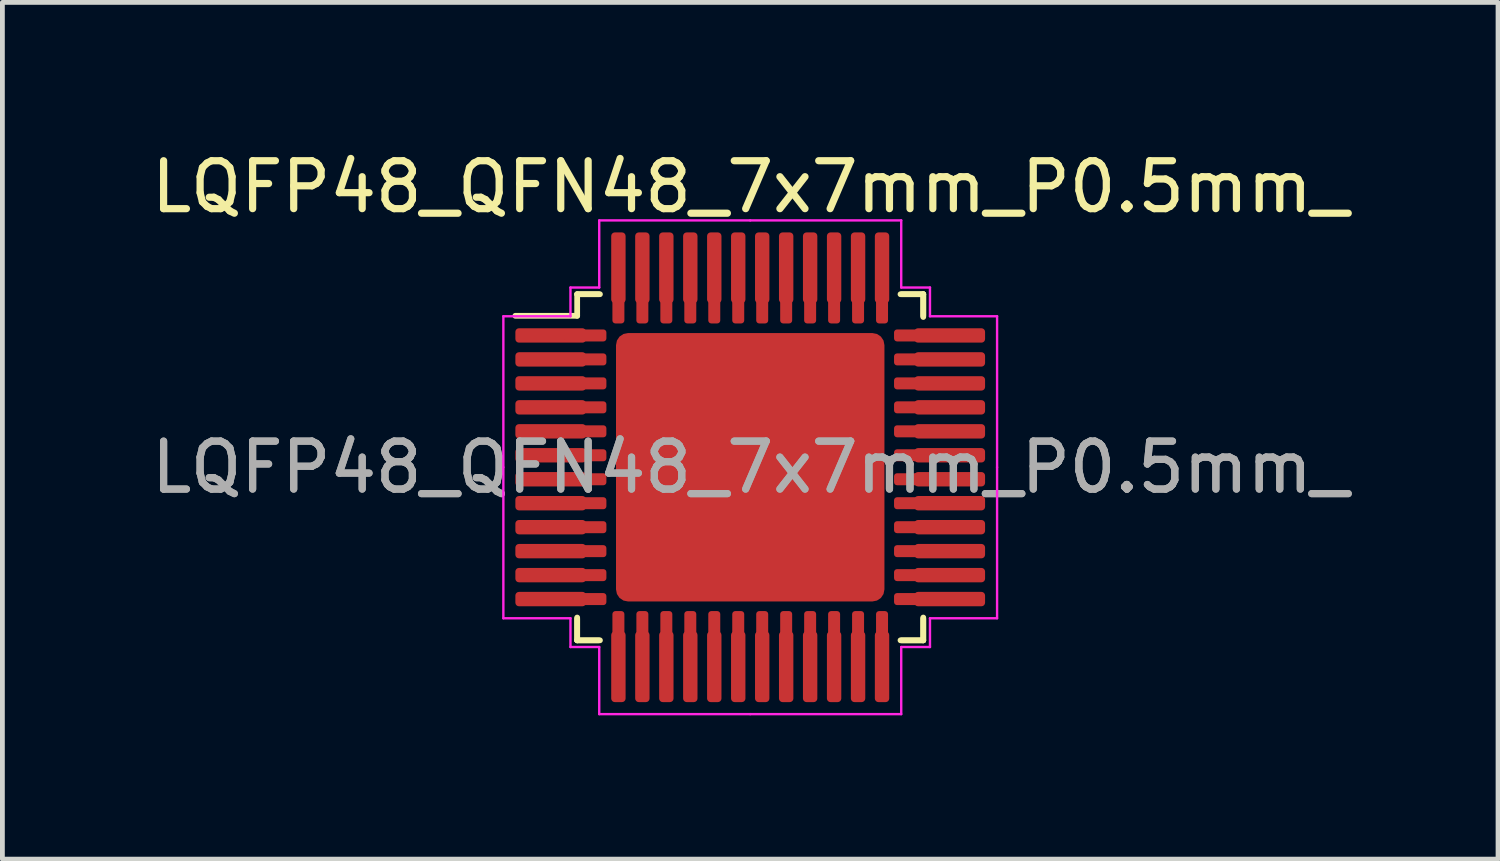
<source format=kicad_pcb>
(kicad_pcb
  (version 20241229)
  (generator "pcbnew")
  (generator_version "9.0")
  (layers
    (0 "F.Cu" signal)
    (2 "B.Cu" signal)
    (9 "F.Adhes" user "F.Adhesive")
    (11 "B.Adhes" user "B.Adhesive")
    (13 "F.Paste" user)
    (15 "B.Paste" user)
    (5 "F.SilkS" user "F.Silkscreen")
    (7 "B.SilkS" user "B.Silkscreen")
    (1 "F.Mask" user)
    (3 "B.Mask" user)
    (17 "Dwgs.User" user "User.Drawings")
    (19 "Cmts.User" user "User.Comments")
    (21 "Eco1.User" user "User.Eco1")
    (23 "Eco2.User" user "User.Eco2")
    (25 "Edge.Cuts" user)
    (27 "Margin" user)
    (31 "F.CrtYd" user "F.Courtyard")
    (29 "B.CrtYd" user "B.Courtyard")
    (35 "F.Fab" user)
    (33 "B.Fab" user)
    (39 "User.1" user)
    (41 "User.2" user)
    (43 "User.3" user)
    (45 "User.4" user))
  (footprint "LQFP48_QFN48_7x7mm_P0.5mm_"
    (layer "F.Cu")
    (at 12.601 6.698)
    (property "Reference" "LQFP48_QFN48_7x7mm_P0.5mm_" (at 0 -5.85 0) (layer "F.SilkS") (effects (font (size 1 1) (thickness 0.15))))
    (attr smd)
    (fp_line (start -3.61 -3.61) (end -3.61 -3.16) (stroke (width 0.12) (type solid)) (layer "F.SilkS"))
    (fp_line (start -3.61 -3.16) (end -4.9 -3.16) (stroke (width 0.12) (type solid)) (layer "F.SilkS"))
    (fp_line (start -3.61 3.61) (end -3.61 3.135) (stroke (width 0.12) (type solid)) (layer "F.SilkS"))
    (fp_line (start -3.61 3.61) (end -3.61 3.16) (stroke (width 0.12) (type solid)) (layer "F.SilkS"))
    (fp_line (start -3.16 -3.61) (end -3.61 -3.61) (stroke (width 0.12) (type solid)) (layer "F.SilkS"))
    (fp_line (start -3.16 3.61) (end -3.61 3.61) (stroke (width 0.12) (type solid)) (layer "F.SilkS"))
    (fp_line (start -3.135 -3.61) (end -3.61 -3.61) (stroke (width 0.12) (type solid)) (layer "F.SilkS"))
    (fp_line (start -3.135 3.61) (end -3.61 3.61) (stroke (width 0.12) (type solid)) (layer "F.SilkS"))
    (fp_line (start 3.135 -3.61) (end 3.61 -3.61) (stroke (width 0.12) (type solid)) (layer "F.SilkS"))
    (fp_line (start 3.135 3.61) (end 3.61 3.61) (stroke (width 0.12) (type solid)) (layer "F.SilkS"))
    (fp_line (start 3.16 -3.61) (end 3.61 -3.61) (stroke (width 0.12) (type solid)) (layer "F.SilkS"))
    (fp_line (start 3.16 3.61) (end 3.61 3.61) (stroke (width 0.12) (type solid)) (layer "F.SilkS"))
    (fp_line (start 3.61 -3.61) (end 3.61 -3.16) (stroke (width 0.12) (type solid)) (layer "F.SilkS"))
    (fp_line (start 3.61 -3.61) (end 3.61 -3.135) (stroke (width 0.12) (type solid)) (layer "F.SilkS"))
    (fp_line (start 3.61 3.61) (end 3.61 3.135) (stroke (width 0.12) (type solid)) (layer "F.SilkS"))
    (fp_line (start 3.61 3.61) (end 3.61 3.16) (stroke (width 0.12) (type solid)) (layer "F.SilkS"))
    (fp_line (start -5.15 -3.15) (end -5.15 0) (stroke (width 0.05) (type solid)) (layer "F.CrtYd"))
    (fp_line (start -5.15 3.15) (end -5.15 0) (stroke (width 0.05) (type solid)) (layer "F.CrtYd"))
    (fp_line (start -3.75 -3.75) (end -3.75 -3.15) (stroke (width 0.05) (type solid)) (layer "F.CrtYd"))
    (fp_line (start -3.75 -3.15) (end -5.15 -3.15) (stroke (width 0.05) (type solid)) (layer "F.CrtYd"))
    (fp_line (start -3.75 3.15) (end -5.15 3.15) (stroke (width 0.05) (type solid)) (layer "F.CrtYd"))
    (fp_line (start -3.75 3.75) (end -3.75 3.15) (stroke (width 0.05) (type solid)) (layer "F.CrtYd"))
    (fp_line (start -3.15 -5.15) (end -3.15 -3.75) (stroke (width 0.05) (type solid)) (layer "F.CrtYd"))
    (fp_line (start -3.15 -3.75) (end -3.75 -3.75) (stroke (width 0.05) (type solid)) (layer "F.CrtYd"))
    (fp_line (start -3.15 3.75) (end -3.75 3.75) (stroke (width 0.05) (type solid)) (layer "F.CrtYd"))
    (fp_line (start -3.15 5.15) (end -3.15 3.75) (stroke (width 0.05) (type solid)) (layer "F.CrtYd"))
    (fp_line (start 0 -5.15) (end -3.15 -5.15) (stroke (width 0.05) (type solid)) (layer "F.CrtYd"))
    (fp_line (start 0 -5.15) (end 3.15 -5.15) (stroke (width 0.05) (type solid)) (layer "F.CrtYd"))
    (fp_line (start 0 5.15) (end -3.15 5.15) (stroke (width 0.05) (type solid)) (layer "F.CrtYd"))
    (fp_line (start 0 5.15) (end 3.15 5.15) (stroke (width 0.05) (type solid)) (layer "F.CrtYd"))
    (fp_line (start 3.15 -5.15) (end 3.15 -3.75) (stroke (width 0.05) (type solid)) (layer "F.CrtYd"))
    (fp_line (start 3.15 -3.75) (end 3.75 -3.75) (stroke (width 0.05) (type solid)) (layer "F.CrtYd"))
    (fp_line (start 3.15 3.75) (end 3.75 3.75) (stroke (width 0.05) (type solid)) (layer "F.CrtYd"))
    (fp_line (start 3.15 5.15) (end 3.15 3.75) (stroke (width 0.05) (type solid)) (layer "F.CrtYd"))
    (fp_line (start 3.75 -3.75) (end 3.75 -3.15) (stroke (width 0.05) (type solid)) (layer "F.CrtYd"))
    (fp_line (start 3.75 -3.15) (end 5.15 -3.15) (stroke (width 0.05) (type solid)) (layer "F.CrtYd"))
    (fp_line (start 3.75 3.15) (end 5.15 3.15) (stroke (width 0.05) (type solid)) (layer "F.CrtYd"))
    (fp_line (start 3.75 3.75) (end 3.75 3.15) (stroke (width 0.05) (type solid)) (layer "F.CrtYd"))
    (fp_line (start 5.15 -3.15) (end 5.15 0) (stroke (width 0.05) (type solid)) (layer "F.CrtYd"))
    (fp_line (start 5.15 3.15) (end 5.15 0) (stroke (width 0.05) (type solid)) (layer "F.CrtYd"))
    (fp_text user "${REFERENCE}" (at 0 0 0) (layer "F.Fab") (effects (font (size 1 1) (thickness 0.15))))
    (fp_text user "${REFERENCE}" (at 0 0 0) (layer "F.Fab") (effects (font (size 1 1) (thickness 0.15))))
    (pad "" smd roundrect (at -2.1 -2.1) (size 1.13 1.13) (layers "F.Paste") (roundrect_rratio 0.221))
    (pad "" smd roundrect (at -2.1 -0.7) (size 1.13 1.13) (layers "F.Paste") (roundrect_rratio 0.221))
    (pad "" smd roundrect (at -2.1 0.7) (size 1.13 1.13) (layers "F.Paste") (roundrect_rratio 0.221))
    (pad "" smd roundrect (at -2.1 2.1) (size 1.13 1.13) (layers "F.Paste") (roundrect_rratio 0.221))
    (pad "" smd roundrect (at -0.7 -2.1) (size 1.13 1.13) (layers "F.Paste") (roundrect_rratio 0.221))
    (pad "" smd roundrect (at -0.7 -0.7) (size 1.13 1.13) (layers "F.Paste") (roundrect_rratio 0.221))
    (pad "" smd roundrect (at -0.7 0.7) (size 1.13 1.13) (layers "F.Paste") (roundrect_rratio 0.221))
    (pad "" smd roundrect (at -0.7 2.1) (size 1.13 1.13) (layers "F.Paste") (roundrect_rratio 0.221))
    (pad "" smd roundrect (at 0.7 -2.1) (size 1.13 1.13) (layers "F.Paste") (roundrect_rratio 0.221))
    (pad "" smd roundrect (at 0.7 -0.7) (size 1.13 1.13) (layers "F.Paste") (roundrect_rratio 0.221))
    (pad "" smd roundrect (at 0.7 0.7) (size 1.13 1.13) (layers "F.Paste") (roundrect_rratio 0.221))
    (pad "" smd roundrect (at 0.7 2.1) (size 1.13 1.13) (layers "F.Paste") (roundrect_rratio 0.221))
    (pad "" smd roundrect (at 2.1 -2.1) (size 1.13 1.13) (layers "F.Paste") (roundrect_rratio 0.221))
    (pad "" smd roundrect (at 2.1 -0.7) (size 1.13 1.13) (layers "F.Paste") (roundrect_rratio 0.221))
    (pad "" smd roundrect (at 2.1 0.7) (size 1.13 1.13) (layers "F.Paste") (roundrect_rratio 0.221))
    (pad "" smd roundrect (at 2.1 2.1) (size 1.13 1.13) (layers "F.Paste") (roundrect_rratio 0.221))
    (pad "1" smd roundrect (at -4.162 -2.75) (size 1.475 0.3) (layers "F.Cu" "F.Mask" "F.Paste") (roundrect_rratio 0.25))
    (pad "1" smd roundrect (at -3.438 -2.75) (size 0.875 0.25) (layers "F.Cu" "F.Mask" "F.Paste") (roundrect_rratio 0.25))
    (pad "2" smd roundrect (at -4.162 -2.25) (size 1.475 0.3) (layers "F.Cu" "F.Mask" "F.Paste") (roundrect_rratio 0.25))
    (pad "2" smd roundrect (at -3.438 -2.25) (size 0.875 0.25) (layers "F.Cu" "F.Mask" "F.Paste") (roundrect_rratio 0.25))
    (pad "3" smd roundrect (at -4.162 -1.75) (size 1.475 0.3) (layers "F.Cu" "F.Mask" "F.Paste") (roundrect_rratio 0.25))
    (pad "3" smd roundrect (at -3.438 -1.75) (size 0.875 0.25) (layers "F.Cu" "F.Mask" "F.Paste") (roundrect_rratio 0.25))
    (pad "4" smd roundrect (at -4.162 -1.25) (size 1.475 0.3) (layers "F.Cu" "F.Mask" "F.Paste") (roundrect_rratio 0.25))
    (pad "4" smd roundrect (at -3.438 -1.25) (size 0.875 0.25) (layers "F.Cu" "F.Mask" "F.Paste") (roundrect_rratio 0.25))
    (pad "5" smd roundrect (at -4.162 -0.75) (size 1.475 0.3) (layers "F.Cu" "F.Mask" "F.Paste") (roundrect_rratio 0.25))
    (pad "5" smd roundrect (at -3.438 -0.75) (size 0.875 0.25) (layers "F.Cu" "F.Mask" "F.Paste") (roundrect_rratio 0.25))
    (pad "6" smd roundrect (at -4.162 -0.25) (size 1.475 0.3) (layers "F.Cu" "F.Mask" "F.Paste") (roundrect_rratio 0.25))
    (pad "6" smd roundrect (at -3.438 -0.25) (size 0.875 0.25) (layers "F.Cu" "F.Mask" "F.Paste") (roundrect_rratio 0.25))
    (pad "7" smd roundrect (at -4.162 0.25) (size 1.475 0.3) (layers "F.Cu" "F.Mask" "F.Paste") (roundrect_rratio 0.25))
    (pad "7" smd roundrect (at -3.438 0.25) (size 0.875 0.25) (layers "F.Cu" "F.Mask" "F.Paste") (roundrect_rratio 0.25))
    (pad "8" smd roundrect (at -4.162 0.75) (size 1.475 0.3) (layers "F.Cu" "F.Mask" "F.Paste") (roundrect_rratio 0.25))
    (pad "8" smd roundrect (at -3.438 0.75) (size 0.875 0.25) (layers "F.Cu" "F.Mask" "F.Paste") (roundrect_rratio 0.25))
    (pad "9" smd roundrect (at -4.162 1.25) (size 1.475 0.3) (layers "F.Cu" "F.Mask" "F.Paste") (roundrect_rratio 0.25))
    (pad "9" smd roundrect (at -3.438 1.25) (size 0.875 0.25) (layers "F.Cu" "F.Mask" "F.Paste") (roundrect_rratio 0.25))
    (pad "10" smd roundrect (at -4.162 1.75) (size 1.475 0.3) (layers "F.Cu" "F.Mask" "F.Paste") (roundrect_rratio 0.25))
    (pad "10" smd roundrect (at -3.438 1.75) (size 0.875 0.25) (layers "F.Cu" "F.Mask" "F.Paste") (roundrect_rratio 0.25))
    (pad "11" smd roundrect (at -4.162 2.25) (size 1.475 0.3) (layers "F.Cu" "F.Mask" "F.Paste") (roundrect_rratio 0.25))
    (pad "11" smd roundrect (at -3.438 2.25) (size 0.875 0.25) (layers "F.Cu" "F.Mask" "F.Paste") (roundrect_rratio 0.25))
    (pad "12" smd roundrect (at -4.162 2.75) (size 1.475 0.3) (layers "F.Cu" "F.Mask" "F.Paste") (roundrect_rratio 0.25))
    (pad "12" smd roundrect (at -3.438 2.75) (size 0.875 0.25) (layers "F.Cu" "F.Mask" "F.Paste") (roundrect_rratio 0.25))
    (pad "13" smd roundrect (at -2.75 3.438) (size 0.25 0.875) (layers "F.Cu" "F.Mask" "F.Paste") (roundrect_rratio 0.25))
    (pad "13" smd roundrect (at -2.75 4.162) (size 0.3 1.475) (layers "F.Cu" "F.Mask" "F.Paste") (roundrect_rratio 0.25))
    (pad "14" smd roundrect (at -2.25 3.438) (size 0.25 0.875) (layers "F.Cu" "F.Mask" "F.Paste") (roundrect_rratio 0.25))
    (pad "14" smd roundrect (at -2.25 4.162) (size 0.3 1.475) (layers "F.Cu" "F.Mask" "F.Paste") (roundrect_rratio 0.25))
    (pad "15" smd roundrect (at -1.75 3.438) (size 0.25 0.875) (layers "F.Cu" "F.Mask" "F.Paste") (roundrect_rratio 0.25))
    (pad "15" smd roundrect (at -1.75 4.162) (size 0.3 1.475) (layers "F.Cu" "F.Mask" "F.Paste") (roundrect_rratio 0.25))
    (pad "16" smd roundrect (at -1.25 3.438) (size 0.25 0.875) (layers "F.Cu" "F.Mask" "F.Paste") (roundrect_rratio 0.25))
    (pad "16" smd roundrect (at -1.25 4.162) (size 0.3 1.475) (layers "F.Cu" "F.Mask" "F.Paste") (roundrect_rratio 0.25))
    (pad "17" smd roundrect (at -0.75 3.438) (size 0.25 0.875) (layers "F.Cu" "F.Mask" "F.Paste") (roundrect_rratio 0.25))
    (pad "17" smd roundrect (at -0.75 4.162) (size 0.3 1.475) (layers "F.Cu" "F.Mask" "F.Paste") (roundrect_rratio 0.25))
    (pad "18" smd roundrect (at -0.25 3.438) (size 0.25 0.875) (layers "F.Cu" "F.Mask" "F.Paste") (roundrect_rratio 0.25))
    (pad "18" smd roundrect (at -0.25 4.162) (size 0.3 1.475) (layers "F.Cu" "F.Mask" "F.Paste") (roundrect_rratio 0.25))
    (pad "19" smd roundrect (at 0.25 3.438) (size 0.25 0.875) (layers "F.Cu" "F.Mask" "F.Paste") (roundrect_rratio 0.25))
    (pad "19" smd roundrect (at 0.25 4.162) (size 0.3 1.475) (layers "F.Cu" "F.Mask" "F.Paste") (roundrect_rratio 0.25))
    (pad "20" smd roundrect (at 0.75 3.438) (size 0.25 0.875) (layers "F.Cu" "F.Mask" "F.Paste") (roundrect_rratio 0.25))
    (pad "20" smd roundrect (at 0.75 4.162) (size 0.3 1.475) (layers "F.Cu" "F.Mask" "F.Paste") (roundrect_rratio 0.25))
    (pad "21" smd roundrect (at 1.25 3.438) (size 0.25 0.875) (layers "F.Cu" "F.Mask" "F.Paste") (roundrect_rratio 0.25))
    (pad "21" smd roundrect (at 1.25 4.162) (size 0.3 1.475) (layers "F.Cu" "F.Mask" "F.Paste") (roundrect_rratio 0.25))
    (pad "22" smd roundrect (at 1.75 3.438) (size 0.25 0.875) (layers "F.Cu" "F.Mask" "F.Paste") (roundrect_rratio 0.25))
    (pad "22" smd roundrect (at 1.75 4.162) (size 0.3 1.475) (layers "F.Cu" "F.Mask" "F.Paste") (roundrect_rratio 0.25))
    (pad "23" smd roundrect (at 2.25 3.438) (size 0.25 0.875) (layers "F.Cu" "F.Mask" "F.Paste") (roundrect_rratio 0.25))
    (pad "23" smd roundrect (at 2.25 4.162) (size 0.3 1.475) (layers "F.Cu" "F.Mask" "F.Paste") (roundrect_rratio 0.25))
    (pad "24" smd roundrect (at 2.75 3.438) (size 0.25 0.875) (layers "F.Cu" "F.Mask" "F.Paste") (roundrect_rratio 0.25))
    (pad "24" smd roundrect (at 2.75 4.162) (size 0.3 1.475) (layers "F.Cu" "F.Mask" "F.Paste") (roundrect_rratio 0.25))
    (pad "25" smd roundrect (at 3.438 2.75) (size 0.875 0.25) (layers "F.Cu" "F.Mask" "F.Paste") (roundrect_rratio 0.25))
    (pad "25" smd roundrect (at 4.162 2.75) (size 1.475 0.3) (layers "F.Cu" "F.Mask" "F.Paste") (roundrect_rratio 0.25))
    (pad "26" smd roundrect (at 3.438 2.25) (size 0.875 0.25) (layers "F.Cu" "F.Mask" "F.Paste") (roundrect_rratio 0.25))
    (pad "26" smd roundrect (at 4.162 2.25) (size 1.475 0.3) (layers "F.Cu" "F.Mask" "F.Paste") (roundrect_rratio 0.25))
    (pad "27" smd roundrect (at 3.438 1.75) (size 0.875 0.25) (layers "F.Cu" "F.Mask" "F.Paste") (roundrect_rratio 0.25))
    (pad "27" smd roundrect (at 4.162 1.75) (size 1.475 0.3) (layers "F.Cu" "F.Mask" "F.Paste") (roundrect_rratio 0.25))
    (pad "28" smd roundrect (at 3.438 1.25) (size 0.875 0.25) (layers "F.Cu" "F.Mask" "F.Paste") (roundrect_rratio 0.25))
    (pad "28" smd roundrect (at 4.162 1.25) (size 1.475 0.3) (layers "F.Cu" "F.Mask" "F.Paste") (roundrect_rratio 0.25))
    (pad "29" smd roundrect (at 3.438 0.75) (size 0.875 0.25) (layers "F.Cu" "F.Mask" "F.Paste") (roundrect_rratio 0.25))
    (pad "29" smd roundrect (at 4.162 0.75) (size 1.475 0.3) (layers "F.Cu" "F.Mask" "F.Paste") (roundrect_rratio 0.25))
    (pad "30" smd roundrect (at 3.438 0.25) (size 0.875 0.25) (layers "F.Cu" "F.Mask" "F.Paste") (roundrect_rratio 0.25))
    (pad "30" smd roundrect (at 4.162 0.25) (size 1.475 0.3) (layers "F.Cu" "F.Mask" "F.Paste") (roundrect_rratio 0.25))
    (pad "31" smd roundrect (at 3.438 -0.25) (size 0.875 0.25) (layers "F.Cu" "F.Mask" "F.Paste") (roundrect_rratio 0.25))
    (pad "31" smd roundrect (at 4.162 -0.25) (size 1.475 0.3) (layers "F.Cu" "F.Mask" "F.Paste") (roundrect_rratio 0.25))
    (pad "32" smd roundrect (at 3.438 -0.75) (size 0.875 0.25) (layers "F.Cu" "F.Mask" "F.Paste") (roundrect_rratio 0.25))
    (pad "32" smd roundrect (at 4.162 -0.75) (size 1.475 0.3) (layers "F.Cu" "F.Mask" "F.Paste") (roundrect_rratio 0.25))
    (pad "33" smd roundrect (at 3.438 -1.25) (size 0.875 0.25) (layers "F.Cu" "F.Mask" "F.Paste") (roundrect_rratio 0.25))
    (pad "33" smd roundrect (at 4.162 -1.25) (size 1.475 0.3) (layers "F.Cu" "F.Mask" "F.Paste") (roundrect_rratio 0.25))
    (pad "34" smd roundrect (at 3.438 -1.75) (size 0.875 0.25) (layers "F.Cu" "F.Mask" "F.Paste") (roundrect_rratio 0.25))
    (pad "34" smd roundrect (at 4.162 -1.75) (size 1.475 0.3) (layers "F.Cu" "F.Mask" "F.Paste") (roundrect_rratio 0.25))
    (pad "35" smd roundrect (at 3.438 -2.25) (size 0.875 0.25) (layers "F.Cu" "F.Mask" "F.Paste") (roundrect_rratio 0.25))
    (pad "35" smd roundrect (at 4.162 -2.25) (size 1.475 0.3) (layers "F.Cu" "F.Mask" "F.Paste") (roundrect_rratio 0.25))
    (pad "36" smd roundrect (at 3.438 -2.75) (size 0.875 0.25) (layers "F.Cu" "F.Mask" "F.Paste") (roundrect_rratio 0.25))
    (pad "36" smd roundrect (at 4.162 -2.75) (size 1.475 0.3) (layers "F.Cu" "F.Mask" "F.Paste") (roundrect_rratio 0.25))
    (pad "37" smd roundrect (at 2.75 -4.162) (size 0.3 1.475) (layers "F.Cu" "F.Mask" "F.Paste") (roundrect_rratio 0.25))
    (pad "37" smd roundrect (at 2.75 -3.438) (size 0.25 0.875) (layers "F.Cu" "F.Mask" "F.Paste") (roundrect_rratio 0.25))
    (pad "38" smd roundrect (at 2.25 -4.162) (size 0.3 1.475) (layers "F.Cu" "F.Mask" "F.Paste") (roundrect_rratio 0.25))
    (pad "38" smd roundrect (at 2.25 -3.438) (size 0.25 0.875) (layers "F.Cu" "F.Mask" "F.Paste") (roundrect_rratio 0.25))
    (pad "39" smd roundrect (at 1.75 -4.162) (size 0.3 1.475) (layers "F.Cu" "F.Mask" "F.Paste") (roundrect_rratio 0.25))
    (pad "39" smd roundrect (at 1.75 -3.438) (size 0.25 0.875) (layers "F.Cu" "F.Mask" "F.Paste") (roundrect_rratio 0.25))
    (pad "40" smd roundrect (at 1.25 -4.162) (size 0.3 1.475) (layers "F.Cu" "F.Mask" "F.Paste") (roundrect_rratio 0.25))
    (pad "40" smd roundrect (at 1.25 -3.438) (size 0.25 0.875) (layers "F.Cu" "F.Mask" "F.Paste") (roundrect_rratio 0.25))
    (pad "41" smd roundrect (at 0.75 -4.162) (size 0.3 1.475) (layers "F.Cu" "F.Mask" "F.Paste") (roundrect_rratio 0.25))
    (pad "41" smd roundrect (at 0.75 -3.438) (size 0.25 0.875) (layers "F.Cu" "F.Mask" "F.Paste") (roundrect_rratio 0.25))
    (pad "42" smd roundrect (at 0.25 -4.162) (size 0.3 1.475) (layers "F.Cu" "F.Mask" "F.Paste") (roundrect_rratio 0.25))
    (pad "42" smd roundrect (at 0.25 -3.438) (size 0.25 0.875) (layers "F.Cu" "F.Mask" "F.Paste") (roundrect_rratio 0.25))
    (pad "43" smd roundrect (at -0.25 -4.162) (size 0.3 1.475) (layers "F.Cu" "F.Mask" "F.Paste") (roundrect_rratio 0.25))
    (pad "43" smd roundrect (at -0.25 -3.438) (size 0.25 0.875) (layers "F.Cu" "F.Mask" "F.Paste") (roundrect_rratio 0.25))
    (pad "44" smd roundrect (at -0.75 -4.162) (size 0.3 1.475) (layers "F.Cu" "F.Mask" "F.Paste") (roundrect_rratio 0.25))
    (pad "44" smd roundrect (at -0.75 -3.438) (size 0.25 0.875) (layers "F.Cu" "F.Mask" "F.Paste") (roundrect_rratio 0.25))
    (pad "45" smd roundrect (at -1.25 -4.162) (size 0.3 1.475) (layers "F.Cu" "F.Mask" "F.Paste") (roundrect_rratio 0.25))
    (pad "45" smd roundrect (at -1.25 -3.438) (size 0.25 0.875) (layers "F.Cu" "F.Mask" "F.Paste") (roundrect_rratio 0.25))
    (pad "46" smd roundrect (at -1.75 -4.162) (size 0.3 1.475) (layers "F.Cu" "F.Mask" "F.Paste") (roundrect_rratio 0.25))
    (pad "46" smd roundrect (at -1.75 -3.438) (size 0.25 0.875) (layers "F.Cu" "F.Mask" "F.Paste") (roundrect_rratio 0.25))
    (pad "47" smd roundrect (at -2.25 -4.162) (size 0.3 1.475) (layers "F.Cu" "F.Mask" "F.Paste") (roundrect_rratio 0.25))
    (pad "47" smd roundrect (at -2.25 -3.438) (size 0.25 0.875) (layers "F.Cu" "F.Mask" "F.Paste") (roundrect_rratio 0.25))
    (pad "48" smd roundrect (at -2.75 -4.162) (size 0.3 1.475) (layers "F.Cu" "F.Mask" "F.Paste") (roundrect_rratio 0.25))
    (pad "48" smd roundrect (at -2.75 -3.438) (size 0.25 0.875) (layers "F.Cu" "F.Mask" "F.Paste") (roundrect_rratio 0.25))
    (pad "49" smd roundrect (at 0 0) (size 5.6 5.6) (layers "F.Cu" "F.Mask") (roundrect_rratio 0.045)))
  (gr_rect
    (start -3 -3)
    (end 28.202 14.873)
    (stroke (width 0.1) (type default))
    (fill no)
    (layer "Edge.Cuts")))
</source>
